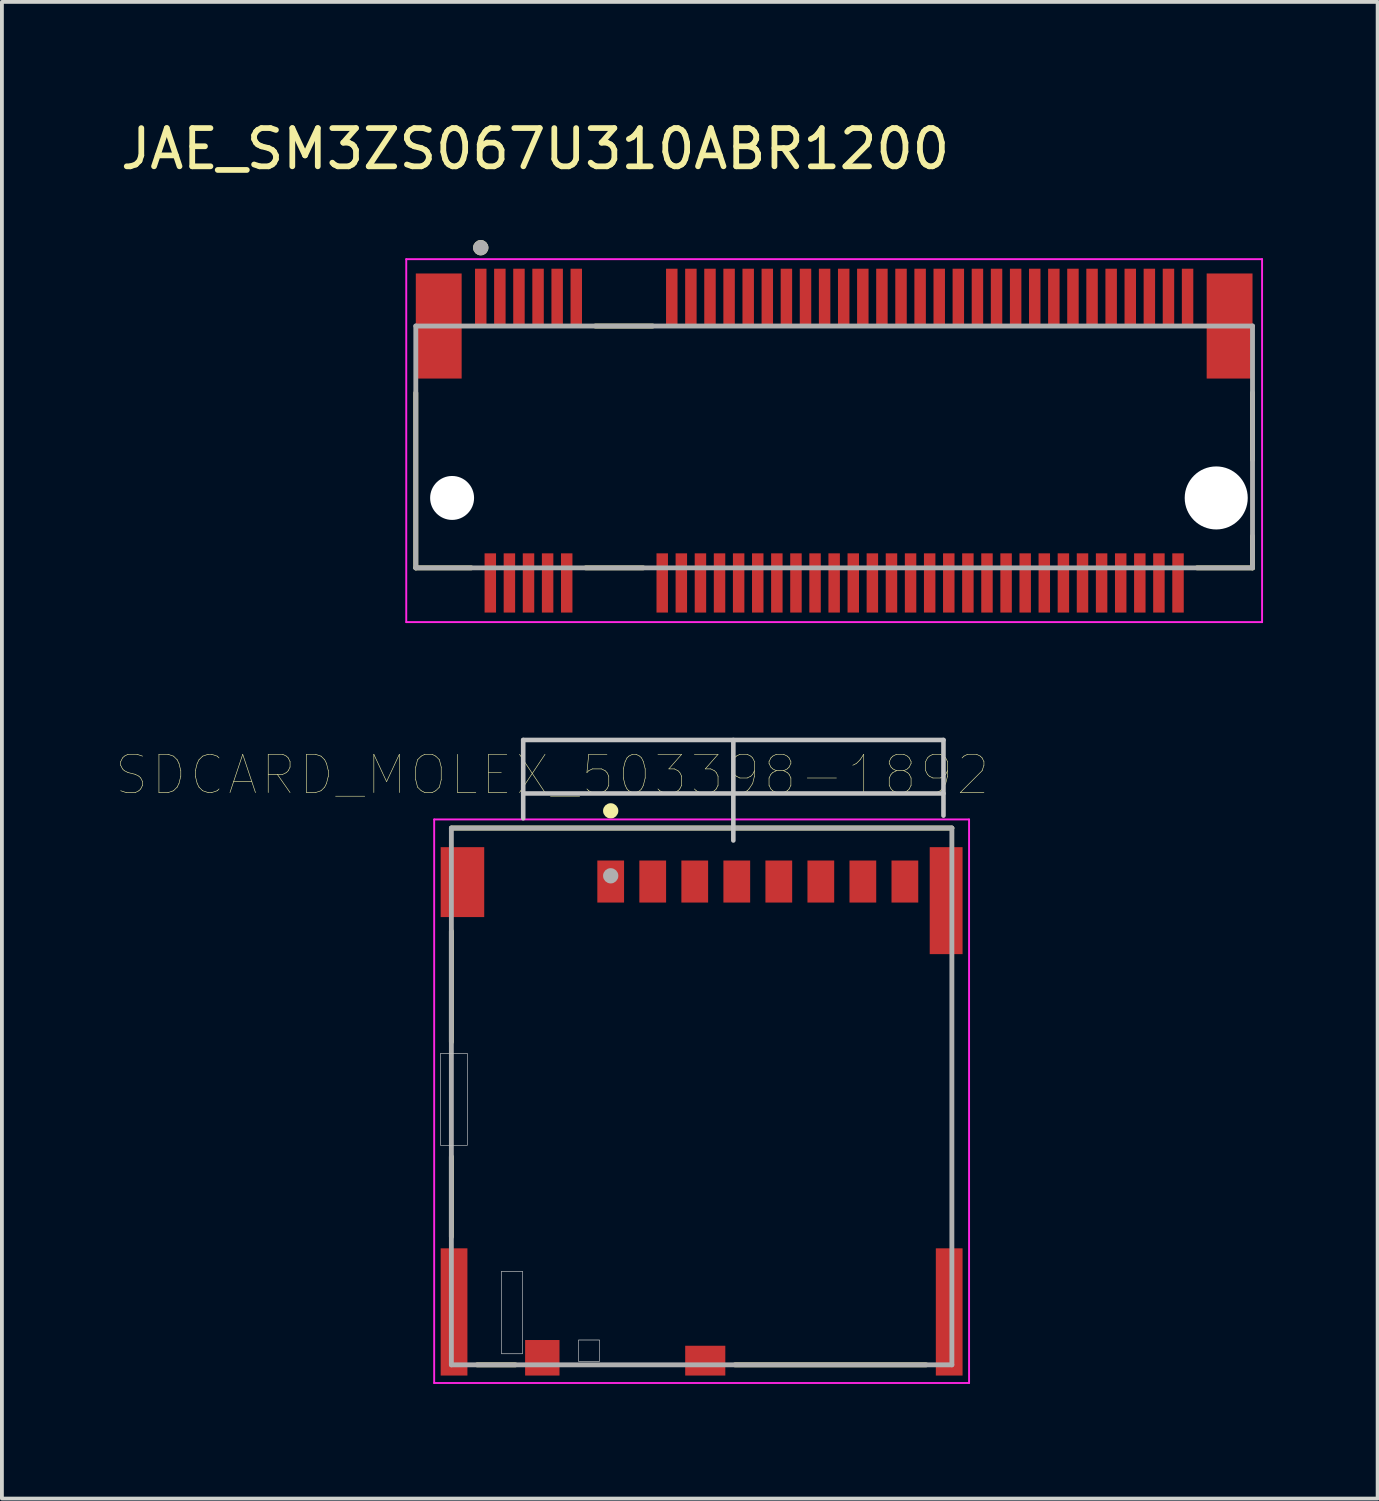
<source format=kicad_pcb>
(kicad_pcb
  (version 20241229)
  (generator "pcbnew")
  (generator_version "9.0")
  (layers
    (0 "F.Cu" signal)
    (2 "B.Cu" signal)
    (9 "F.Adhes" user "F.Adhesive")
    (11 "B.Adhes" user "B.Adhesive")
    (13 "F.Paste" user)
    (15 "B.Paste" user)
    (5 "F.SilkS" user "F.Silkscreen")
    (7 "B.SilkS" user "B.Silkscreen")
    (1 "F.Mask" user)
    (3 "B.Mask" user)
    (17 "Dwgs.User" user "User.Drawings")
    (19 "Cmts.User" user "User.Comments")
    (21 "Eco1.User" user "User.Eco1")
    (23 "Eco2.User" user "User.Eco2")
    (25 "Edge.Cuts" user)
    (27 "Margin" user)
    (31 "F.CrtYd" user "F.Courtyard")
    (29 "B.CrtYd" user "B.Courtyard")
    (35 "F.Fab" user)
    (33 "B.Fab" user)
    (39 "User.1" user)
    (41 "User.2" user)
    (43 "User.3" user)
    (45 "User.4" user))
  (footprint "SDCARD_MOLEX_503398-1892"
    (layer "F.Cu")
    (at 15.314 25.648)
    (property "Reference" "SDCARD_MOLEX_503398-1892" (at -3.908 -8.416 0) (layer "F.SilkS") (effects (font (size 1.001 1.001) (thickness 0.015))))
    (attr through_hole)
    (fp_line (start -6.55 -7.025) (end 6.55 -7.025) (stroke (width 0.127) (type solid)) (layer "F.SilkS"))
    (fp_line (start -6.55 -4.325) (end -6.55 -1.425) (stroke (width 0.127) (type solid)) (layer "F.SilkS"))
    (fp_line (start -6.55 1.575) (end -6.55 3.675) (stroke (width 0.127) (type solid)) (layer "F.SilkS"))
    (fp_line (start -5.876 7.025) (end -4.874 7.025) (stroke (width 0.127) (type solid)) (layer "F.SilkS"))
    (fp_line (start 0.874 7.025) (end 5.876 7.025) (stroke (width 0.127) (type solid)) (layer "F.SilkS"))
    (fp_circle (center -2.38 -7.475) (end -2.28 -7.475) (stroke (width 0.2) (type solid)) (fill no) (layer "F.SilkS"))
    (fp_line (start -4.67 -9.33) (end -4.67 -7.28) (stroke (width 0.12) (type solid)) (layer "Dwgs.User"))
    (fp_line (start -4.67 -9.33) (end 6.33 -9.33) (stroke (width 0.12) (type solid)) (layer "Dwgs.User"))
    (fp_line (start -4.67 -7.93) (end 6.33 -7.93) (stroke (width 0.12) (type solid)) (layer "Dwgs.User"))
    (fp_line (start 0.83 -6.7) (end 0.83 -9.33) (stroke (width 0.12) (type solid)) (layer "Dwgs.User"))
    (fp_line (start 6.33 -9.33) (end 6.33 -7.35) (stroke (width 0.12) (type solid)) (layer "Dwgs.User"))
    (fp_poly (pts (xy -6.842 -1.125) (xy -6.13 -1.125) (xy -6.13 1.277) (xy -6.842 1.277)) (stroke (width 0.01) (type solid)) (fill no) (layer "Dwgs.User"))
    (fp_poly (pts (xy -6.836 -1.125) (xy -6.13 -1.125) (xy -6.13 1.276) (xy -6.836 1.276)) (stroke (width 0.01) (type solid)) (fill no) (layer "Dwgs.User"))
    (fp_poly (pts (xy -5.245 4.575) (xy -4.685 4.575) (xy -4.685 6.738) (xy -5.245 6.738)) (stroke (width 0.01) (type solid)) (fill no) (layer "Dwgs.User"))
    (fp_poly (pts (xy -5.239 4.575) (xy -4.685 4.575) (xy -4.685 6.73) (xy -5.239 6.73)) (stroke (width 0.01) (type solid)) (fill no) (layer "Dwgs.User"))
    (fp_poly (pts (xy -3.225 6.375) (xy -2.67 6.375) (xy -2.67 6.937) (xy -3.225 6.937)) (stroke (width 0.01) (type solid)) (fill no) (layer "Dwgs.User"))
    (fp_poly (pts (xy -3.223 6.375) (xy -2.67 6.375) (xy -2.67 6.93) (xy -3.223 6.93)) (stroke (width 0.01) (type solid)) (fill no) (layer "Dwgs.User"))
    (fp_poly (pts (xy -3.17 -3.725) (xy -3.17 1.275) (xy -3.82 1.275) (xy -3.82 3.875) (xy 0.57 3.875) (xy 0.57 5.125) (xy -1.73 5.125) (xy -1.73 7.305) (xy -0.43 7.305) (xy -0.43 6.525) (xy 6.13 6.525) (xy 6.13 3.975) (xy 6.83 3.975) (xy 6.83 -3.725)) (stroke (width 0.0001) (type solid)) (fill no) (layer "Dwgs.User"))
    (fp_poly (pts (xy -3.17 -3.725) (xy -3.17 1.275) (xy -3.82 1.275) (xy -3.82 3.875) (xy 0.57 3.875) (xy 0.57 5.125) (xy -1.73 5.125) (xy -1.73 7.305) (xy -0.43 7.305) (xy -0.43 6.525) (xy 6.13 6.525) (xy 6.13 3.975) (xy 6.83 3.975) (xy 6.83 -3.725)) (stroke (width 0.0001) (type solid)) (fill no) (layer "Dwgs.User"))
    (fp_line (start -7 -7.25) (end 7 -7.25) (stroke (width 0.05) (type solid)) (layer "F.CrtYd"))
    (fp_line (start -7 7.5) (end -7 -7.25) (stroke (width 0.05) (type solid)) (layer "F.CrtYd"))
    (fp_line (start 7 -7.25) (end 7 7.5) (stroke (width 0.05) (type solid)) (layer "F.CrtYd"))
    (fp_line (start 7 7.5) (end -7 7.5) (stroke (width 0.05) (type solid)) (layer "F.CrtYd"))
    (fp_line (start -6.55 -7.025) (end 6.55 -7.025) (stroke (width 0.127) (type solid)) (layer "F.Fab"))
    (fp_line (start -6.55 7.025) (end -6.55 -7.025) (stroke (width 0.127) (type solid)) (layer "F.Fab"))
    (fp_line (start 6.55 -7.025) (end 6.55 7.025) (stroke (width 0.127) (type solid)) (layer "F.Fab"))
    (fp_line (start 6.55 7.025) (end -6.55 7.025) (stroke (width 0.127) (type solid)) (layer "F.Fab"))
    (fp_circle (center -2.38 -5.775) (end -2.28 -5.775) (stroke (width 0.2) (type solid)) (fill no) (layer "F.Fab"))
    (pad "1" smd rect (at -2.38 -5.625) (size 0.7 1.1) (layers "F.Cu" "F.Mask" "F.Paste"))
    (pad "2" smd rect (at -1.28 -5.625) (size 0.7 1.1) (layers "F.Cu" "F.Mask" "F.Paste"))
    (pad "3" smd rect (at -0.18 -5.625) (size 0.7 1.1) (layers "F.Cu" "F.Mask" "F.Paste"))
    (pad "4" smd rect (at 0.92 -5.625) (size 0.7 1.1) (layers "F.Cu" "F.Mask" "F.Paste"))
    (pad "5" smd rect (at 2.02 -5.625) (size 0.7 1.1) (layers "F.Cu" "F.Mask" "F.Paste"))
    (pad "6" smd rect (at 3.12 -5.625) (size 0.7 1.1) (layers "F.Cu" "F.Mask" "F.Paste"))
    (pad "7" smd rect (at 4.22 -5.625) (size 0.7 1.1) (layers "F.Cu" "F.Mask" "F.Paste"))
    (pad "8" smd rect (at 5.32 -5.625) (size 0.7 1.1) (layers "F.Cu" "F.Mask" "F.Paste"))
    (pad "9" smd rect (at -4.17 6.84) (size 0.9 0.93) (layers "F.Cu" "F.Mask" "F.Paste"))
    (pad "10" smd rect (at 0.095 6.915) (size 1.05 0.78) (layers "F.Cu" "F.Mask" "F.Paste"))
    (pad "11" smd rect (at -6.48 5.64) (size 0.7 3.33) (layers "F.Cu" "F.Mask" "F.Paste"))
    (pad "11" smd rect (at -6.26 -5.61) (size 1.14 1.83) (layers "F.Cu" "F.Mask" "F.Paste"))
    (pad "11" smd rect (at 6.4 -5.125) (size 0.86 2.8) (layers "F.Cu" "F.Mask" "F.Paste"))
    (pad "11" smd rect (at 6.48 5.64) (size 0.7 3.33) (layers "F.Cu" "F.Mask" "F.Paste")))
  (footprint "JAE_SM3ZS067U310ABR1200"
    (layer "F.Cu")
    (at 18.783 8.233)
    (property "Reference" "JAE_SM3ZS067U310ABR1200" (at -7.825 -7.385 0) (layer "F.SilkS") (effects (font (size 1 1) (thickness 0.15))))
    (attr smd)
    (fp_line (start -10.95 3.58) (end -10.95 -1) (stroke (width 0.127) (type solid)) (layer "F.SilkS"))
    (fp_line (start -9.5 3.58) (end -10.95 3.58) (stroke (width 0.127) (type solid)) (layer "F.SilkS"))
    (fp_line (start -6.25 -2.75) (end -4.75 -2.75) (stroke (width 0.127) (type solid)) (layer "F.SilkS"))
    (fp_line (start -5 3.58) (end -6.5 3.58) (stroke (width 0.127) (type solid)) (layer "F.SilkS"))
    (fp_line (start 10.95 -1) (end 10.95 0.75) (stroke (width 0.127) (type solid)) (layer "F.SilkS"))
    (fp_line (start 10.95 2.75) (end 10.95 3.58) (stroke (width 0.127) (type solid)) (layer "F.SilkS"))
    (fp_line (start 10.95 3.58) (end 9.5 3.58) (stroke (width 0.127) (type solid)) (layer "F.SilkS"))
    (fp_circle (center -9.25 -4.8) (end -9.15 -4.8) (stroke (width 0.2) (type solid)) (fill no) (layer "F.SilkS"))
    (fp_line (start -11.2 -4.5) (end 11.2 -4.5) (stroke (width 0.05) (type solid)) (layer "F.CrtYd"))
    (fp_line (start -11.2 5) (end -11.2 -4.5) (stroke (width 0.05) (type solid)) (layer "F.CrtYd"))
    (fp_line (start 11.2 -4.5) (end 11.2 5) (stroke (width 0.05) (type solid)) (layer "F.CrtYd"))
    (fp_line (start 11.2 5) (end -11.2 5) (stroke (width 0.05) (type solid)) (layer "F.CrtYd"))
    (fp_line (start -10.95 -2.75) (end 10.95 -2.75) (stroke (width 0.127) (type solid)) (layer "F.Fab"))
    (fp_line (start -10.95 3.58) (end -10.95 -2.75) (stroke (width 0.127) (type solid)) (layer "F.Fab"))
    (fp_line (start 10.95 -2.75) (end 10.95 3.58) (stroke (width 0.127) (type solid)) (layer "F.Fab"))
    (fp_line (start 10.95 3.58) (end -10.95 3.58) (stroke (width 0.127) (type solid)) (layer "F.Fab"))
    (fp_circle (center -9.25 -4.8) (end -9.15 -4.8) (stroke (width 0.2) (type solid)) (fill no) (layer "F.Fab"))
    (pad "" np_thru_hole circle (at -10 1.75) (size 1.15 1.15) (drill 1.15) (layers "*.Cu" "*.Mask"))
    (pad "" np_thru_hole circle (at 10 1.75) (size 1.65 1.65) (drill 1.65) (layers "*.Cu" "*.Mask"))
    (pad "1" smd rect (at -9.25 -3.475) (size 0.3 1.55) (layers "F.Cu" "F.Mask" "F.Paste"))
    (pad "2" smd rect (at -9 3.975) (size 0.3 1.55) (layers "F.Cu" "F.Mask" "F.Paste"))
    (pad "3" smd rect (at -8.75 -3.475) (size 0.3 1.55) (layers "F.Cu" "F.Mask" "F.Paste"))
    (pad "4" smd rect (at -8.5 3.975) (size 0.3 1.55) (layers "F.Cu" "F.Mask" "F.Paste"))
    (pad "5" smd rect (at -8.25 -3.475) (size 0.3 1.55) (layers "F.Cu" "F.Mask" "F.Paste"))
    (pad "6" smd rect (at -8 3.975) (size 0.3 1.55) (layers "F.Cu" "F.Mask" "F.Paste"))
    (pad "7" smd rect (at -7.75 -3.475) (size 0.3 1.55) (layers "F.Cu" "F.Mask" "F.Paste"))
    (pad "8" smd rect (at -7.5 3.975) (size 0.3 1.55) (layers "F.Cu" "F.Mask" "F.Paste"))
    (pad "9" smd rect (at -7.25 -3.475) (size 0.3 1.55) (layers "F.Cu" "F.Mask" "F.Paste"))
    (pad "10" smd rect (at -7 3.975) (size 0.3 1.55) (layers "F.Cu" "F.Mask" "F.Paste"))
    (pad "11" smd rect (at -6.75 -3.475) (size 0.3 1.55) (layers "F.Cu" "F.Mask" "F.Paste"))
    (pad "20" smd rect (at -4.5 3.975) (size 0.3 1.55) (layers "F.Cu" "F.Mask" "F.Paste"))
    (pad "21" smd rect (at -4.25 -3.475) (size 0.3 1.55) (layers "F.Cu" "F.Mask" "F.Paste"))
    (pad "22" smd rect (at -4 3.975) (size 0.3 1.55) (layers "F.Cu" "F.Mask" "F.Paste"))
    (pad "23" smd rect (at -3.75 -3.475) (size 0.3 1.55) (layers "F.Cu" "F.Mask" "F.Paste"))
    (pad "24" smd rect (at -3.5 3.975) (size 0.3 1.55) (layers "F.Cu" "F.Mask" "F.Paste"))
    (pad "25" smd rect (at -3.25 -3.475) (size 0.3 1.55) (layers "F.Cu" "F.Mask" "F.Paste"))
    (pad "26" smd rect (at -3 3.975) (size 0.3 1.55) (layers "F.Cu" "F.Mask" "F.Paste"))
    (pad "27" smd rect (at -2.75 -3.475) (size 0.3 1.55) (layers "F.Cu" "F.Mask" "F.Paste"))
    (pad "28" smd rect (at -2.5 3.975) (size 0.3 1.55) (layers "F.Cu" "F.Mask" "F.Paste"))
    (pad "29" smd rect (at -2.25 -3.475) (size 0.3 1.55) (layers "F.Cu" "F.Mask" "F.Paste"))
    (pad "30" smd rect (at -2 3.975) (size 0.3 1.55) (layers "F.Cu" "F.Mask" "F.Paste"))
    (pad "31" smd rect (at -1.75 -3.475) (size 0.3 1.55) (layers "F.Cu" "F.Mask" "F.Paste"))
    (pad "32" smd rect (at -1.5 3.975) (size 0.3 1.55) (layers "F.Cu" "F.Mask" "F.Paste"))
    (pad "33" smd rect (at -1.25 -3.475) (size 0.3 1.55) (layers "F.Cu" "F.Mask" "F.Paste"))
    (pad "34" smd rect (at -1 3.975) (size 0.3 1.55) (layers "F.Cu" "F.Mask" "F.Paste"))
    (pad "35" smd rect (at -0.75 -3.475) (size 0.3 1.55) (layers "F.Cu" "F.Mask" "F.Paste"))
    (pad "36" smd rect (at -0.5 3.975) (size 0.3 1.55) (layers "F.Cu" "F.Mask" "F.Paste"))
    (pad "37" smd rect (at -0.25 -3.475) (size 0.3 1.55) (layers "F.Cu" "F.Mask" "F.Paste"))
    (pad "38" smd rect (at 0 3.975) (size 0.3 1.55) (layers "F.Cu" "F.Mask" "F.Paste"))
    (pad "39" smd rect (at 0.25 -3.475) (size 0.3 1.55) (layers "F.Cu" "F.Mask" "F.Paste"))
    (pad "40" smd rect (at 0.5 3.975) (size 0.3 1.55) (layers "F.Cu" "F.Mask" "F.Paste"))
    (pad "41" smd rect (at 0.75 -3.475) (size 0.3 1.55) (layers "F.Cu" "F.Mask" "F.Paste"))
    (pad "42" smd rect (at 1 3.975) (size 0.3 1.55) (layers "F.Cu" "F.Mask" "F.Paste"))
    (pad "43" smd rect (at 1.25 -3.475) (size 0.3 1.55) (layers "F.Cu" "F.Mask" "F.Paste"))
    (pad "44" smd rect (at 1.5 3.975) (size 0.3 1.55) (layers "F.Cu" "F.Mask" "F.Paste"))
    (pad "45" smd rect (at 1.75 -3.475) (size 0.3 1.55) (layers "F.Cu" "F.Mask" "F.Paste"))
    (pad "46" smd rect (at 2 3.975) (size 0.3 1.55) (layers "F.Cu" "F.Mask" "F.Paste"))
    (pad "47" smd rect (at 2.25 -3.475) (size 0.3 1.55) (layers "F.Cu" "F.Mask" "F.Paste"))
    (pad "48" smd rect (at 2.5 3.975) (size 0.3 1.55) (layers "F.Cu" "F.Mask" "F.Paste"))
    (pad "49" smd rect (at 2.75 -3.475) (size 0.3 1.55) (layers "F.Cu" "F.Mask" "F.Paste"))
    (pad "50" smd rect (at 3 3.975) (size 0.3 1.55) (layers "F.Cu" "F.Mask" "F.Paste"))
    (pad "51" smd rect (at 3.25 -3.475) (size 0.3 1.55) (layers "F.Cu" "F.Mask" "F.Paste"))
    (pad "52" smd rect (at 3.5 3.975) (size 0.3 1.55) (layers "F.Cu" "F.Mask" "F.Paste"))
    (pad "53" smd rect (at 3.75 -3.475) (size 0.3 1.55) (layers "F.Cu" "F.Mask" "F.Paste"))
    (pad "54" smd rect (at 4 3.975) (size 0.3 1.55) (layers "F.Cu" "F.Mask" "F.Paste"))
    (pad "55" smd rect (at 4.25 -3.475) (size 0.3 1.55) (layers "F.Cu" "F.Mask" "F.Paste"))
    (pad "56" smd rect (at 4.5 3.975) (size 0.3 1.55) (layers "F.Cu" "F.Mask" "F.Paste"))
    (pad "57" smd rect (at 4.75 -3.475) (size 0.3 1.55) (layers "F.Cu" "F.Mask" "F.Paste"))
    (pad "58" smd rect (at 5 3.975) (size 0.3 1.55) (layers "F.Cu" "F.Mask" "F.Paste"))
    (pad "59" smd rect (at 5.25 -3.475) (size 0.3 1.55) (layers "F.Cu" "F.Mask" "F.Paste"))
    (pad "60" smd rect (at 5.5 3.975) (size 0.3 1.55) (layers "F.Cu" "F.Mask" "F.Paste"))
    (pad "61" smd rect (at 5.75 -3.475) (size 0.3 1.55) (layers "F.Cu" "F.Mask" "F.Paste"))
    (pad "62" smd rect (at 6 3.975) (size 0.3 1.55) (layers "F.Cu" "F.Mask" "F.Paste"))
    (pad "63" smd rect (at 6.25 -3.475) (size 0.3 1.55) (layers "F.Cu" "F.Mask" "F.Paste"))
    (pad "64" smd rect (at 6.5 3.975) (size 0.3 1.55) (layers "F.Cu" "F.Mask" "F.Paste"))
    (pad "65" smd rect (at 6.75 -3.475) (size 0.3 1.55) (layers "F.Cu" "F.Mask" "F.Paste"))
    (pad "66" smd rect (at 7 3.975) (size 0.3 1.55) (layers "F.Cu" "F.Mask" "F.Paste"))
    (pad "67" smd rect (at 7.25 -3.475) (size 0.3 1.55) (layers "F.Cu" "F.Mask" "F.Paste"))
    (pad "68" smd rect (at 7.5 3.975) (size 0.3 1.55) (layers "F.Cu" "F.Mask" "F.Paste"))
    (pad "69" smd rect (at 7.75 -3.475) (size 0.3 1.55) (layers "F.Cu" "F.Mask" "F.Paste"))
    (pad "70" smd rect (at 8 3.975) (size 0.3 1.55) (layers "F.Cu" "F.Mask" "F.Paste"))
    (pad "71" smd rect (at 8.25 -3.475) (size 0.3 1.55) (layers "F.Cu" "F.Mask" "F.Paste"))
    (pad "72" smd rect (at 8.5 3.975) (size 0.3 1.55) (layers "F.Cu" "F.Mask" "F.Paste"))
    (pad "73" smd rect (at 8.75 -3.475) (size 0.3 1.55) (layers "F.Cu" "F.Mask" "F.Paste"))
    (pad "74" smd rect (at 9 3.975) (size 0.3 1.55) (layers "F.Cu" "F.Mask" "F.Paste"))
    (pad "75" smd rect (at 9.25 -3.475) (size 0.3 1.55) (layers "F.Cu" "F.Mask" "F.Paste"))
    (pad "S1" smd rect (at -10.35 -2.75) (size 1.2 2.75) (layers "F.Cu" "F.Mask" "F.Paste"))
    (pad "S2" smd rect (at 10.35 -2.75) (size 1.2 2.75) (layers "F.Cu" "F.Mask" "F.Paste")))
  (gr_rect
    (start -3 -3)
    (end 33.008 36.173)
    (stroke (width 0.1) (type default))
    (fill no)
    (layer "Edge.Cuts")))
</source>
